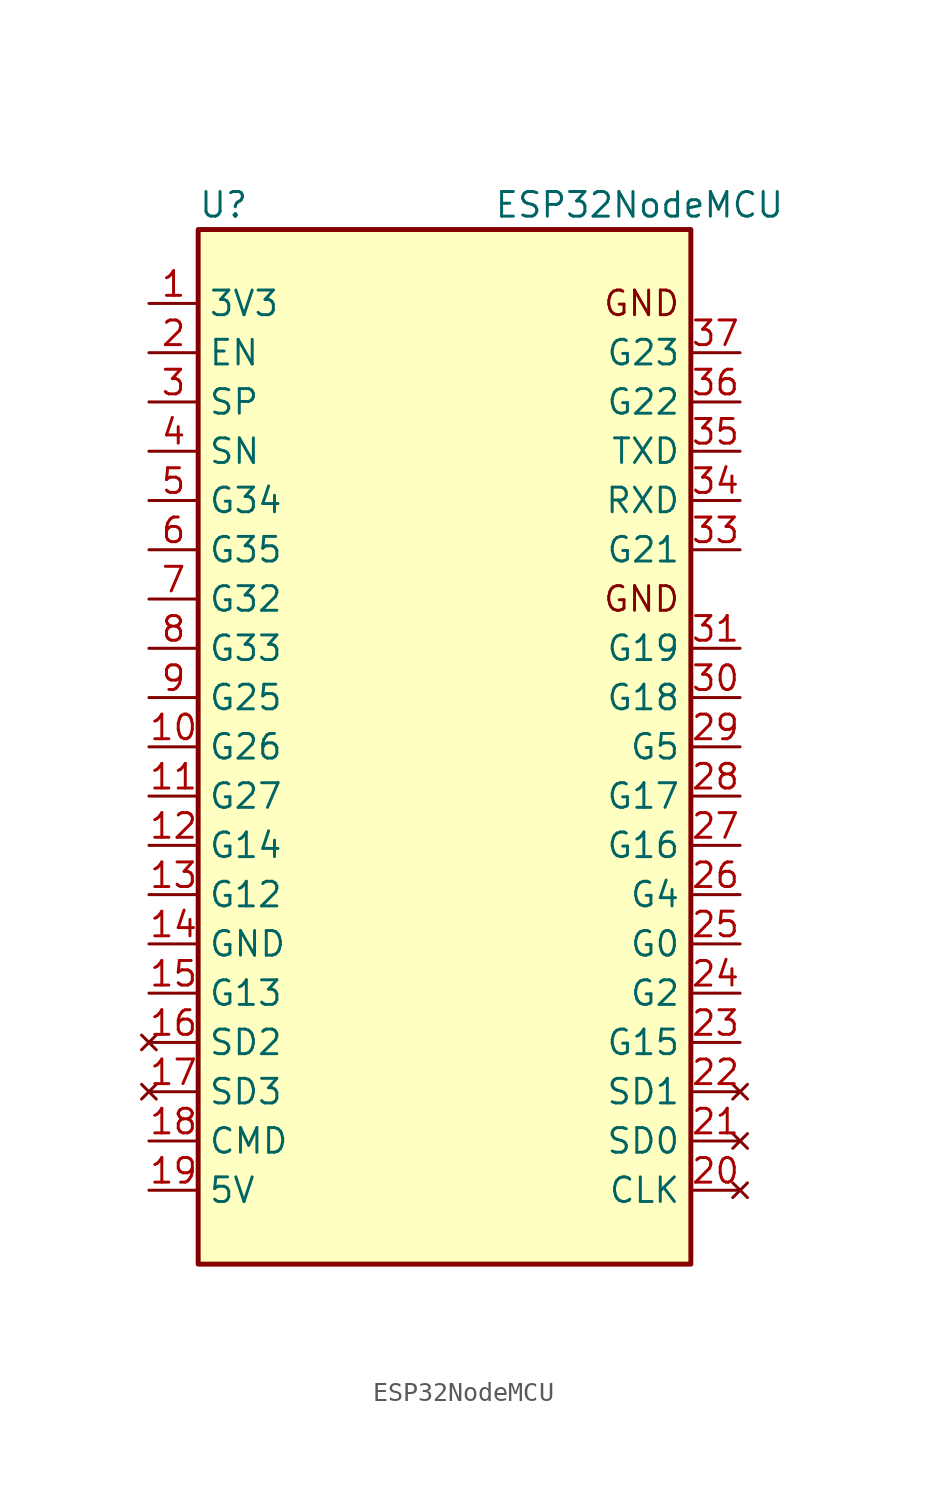
<source format=kicad_sym>
(kicad_symbol_lib
  (version 20211014)
  (generator kicad_symbol_editor)
  (symbol "ESP32NodeMCU"
    (property "Reference" "U"
      (at -11.43 27.94 0)
      (effects (font (size 1.27 1.27)) (justify left)))
    (property "Value" "ESP32NodeMCU"
      (at 3.81 27.94 0)
      (effects (font (size 1.27 1.27)) (justify left)))
    (symbol "ESP32NodeMCU_0_0"
      (text "GND" (at 11.43 7.62 0) (effects (font (size 1.27 1.27))))
      (text "GND" (at 11.43 22.86 0) (effects (font (size 1.27 1.27)))))
    (symbol "ESP32NodeMCU_0_1"
      (rectangle (start -11.43 26.67) (end 13.97 -26.67) (stroke (width 0.254) (type default) (color 0 0 0 0)) (fill (type background))))
    (symbol "ESP32NodeMCU_1_1"
      (pin power_in line (at -13.97 22.86 0) (length 2.54) (name "3V3" (effects (font (size 1.27 1.27)))) (number "1" (effects (font (size 1.27 1.27)))))
      (pin bidirectional line (at -13.97 0 0) (length 2.54) (name "G26" (effects (font (size 1.27 1.27)))) (number "10" (effects (font (size 1.27 1.27)))))
      (pin bidirectional line (at -13.97 -2.54 0) (length 2.54) (name "G27" (effects (font (size 1.27 1.27)))) (number "11" (effects (font (size 1.27 1.27)))))
      (pin bidirectional line (at -13.97 -5.08 0) (length 2.54) (name "G14" (effects (font (size 1.27 1.27)))) (number "12" (effects (font (size 1.27 1.27)))))
      (pin bidirectional line (at -13.97 -7.62 0) (length 2.54) (name "G12" (effects (font (size 1.27 1.27)))) (number "13" (effects (font (size 1.27 1.27)))))
      (pin power_in line (at -13.97 -10.16 0) (length 2.54) (name "GND" (effects (font (size 1.27 1.27)))) (number "14" (effects (font (size 1.27 1.27)))))
      (pin bidirectional line (at -13.97 -12.7 0) (length 2.54) (name "G13" (effects (font (size 1.27 1.27)))) (number "15" (effects (font (size 1.27 1.27)))))
      (pin no_connect line (at -13.97 -15.24 0) (length 2.54) (name "SD2" (effects (font (size 1.27 1.27)))) (number "16" (effects (font (size 1.27 1.27)))))
      (pin no_connect line (at -13.97 -17.78 0) (length 2.54) (name "SD3" (effects (font (size 1.27 1.27)))) (number "17" (effects (font (size 1.27 1.27)))))
      (pin input line (at -13.97 -20.32 0) (length 2.54) (name "CMD" (effects (font (size 1.27 1.27)))) (number "18" (effects (font (size 1.27 1.27)))))
      (pin power_in line (at -13.97 -22.86 0) (length 2.54) (name "5V" (effects (font (size 1.27 1.27)))) (number "19" (effects (font (size 1.27 1.27)))))
      (pin input line (at -13.97 20.32 0) (length 2.54) (name "EN" (effects (font (size 1.27 1.27)))) (number "2" (effects (font (size 1.27 1.27)))))
      (pin no_connect line (at 16.51 -22.86 180) (length 2.54) (name "CLK" (effects (font (size 1.27 1.27)))) (number "20" (effects (font (size 1.27 1.27)))))
      (pin no_connect line (at 16.51 -20.32 180) (length 2.54) (name "SD0" (effects (font (size 1.27 1.27)))) (number "21" (effects (font (size 1.27 1.27)))))
      (pin no_connect line (at 16.51 -17.78 180) (length 2.54) (name "SD1" (effects (font (size 1.27 1.27)))) (number "22" (effects (font (size 1.27 1.27)))))
      (pin bidirectional line (at 16.51 -15.24 180) (length 2.54) (name "G15" (effects (font (size 1.27 1.27)))) (number "23" (effects (font (size 1.27 1.27)))))
      (pin bidirectional line (at 16.51 -12.7 180) (length 2.54) (name "G2" (effects (font (size 1.27 1.27)))) (number "24" (effects (font (size 1.27 1.27)))))
      (pin bidirectional line (at 16.51 -10.16 180) (length 2.54) (name "G0" (effects (font (size 1.27 1.27)))) (number "25" (effects (font (size 1.27 1.27)))))
      (pin bidirectional line (at 16.51 -7.62 180) (length 2.54) (name "G4" (effects (font (size 1.27 1.27)))) (number "26" (effects (font (size 1.27 1.27)))))
      (pin bidirectional line (at 16.51 -5.08 180) (length 2.54) (name "G16" (effects (font (size 1.27 1.27)))) (number "27" (effects (font (size 1.27 1.27)))))
      (pin bidirectional line (at 16.51 -2.54 180) (length 2.54) (name "G17" (effects (font (size 1.27 1.27)))) (number "28" (effects (font (size 1.27 1.27)))))
      (pin bidirectional line (at 16.51 0 180) (length 2.54) (name "G5" (effects (font (size 1.27 1.27)))) (number "29" (effects (font (size 1.27 1.27)))))
      (pin bidirectional line (at -13.97 17.78 0) (length 2.54) (name "SP" (effects (font (size 1.27 1.27)))) (number "3" (effects (font (size 1.27 1.27)))))
      (pin bidirectional line (at 16.51 2.54 180) (length 2.54) (name "G18" (effects (font (size 1.27 1.27)))) (number "30" (effects (font (size 1.27 1.27)))))
      (pin bidirectional line (at 16.51 5.08 180) (length 2.54) (name "G19" (effects (font (size 1.27 1.27)))) (number "31" (effects (font (size 1.27 1.27)))))
      (pin passive line (at -13.97 -10.16 0) (length 2.54) hide (name "GND" (effects (font (size 1.27 1.27)))) (number "32" (effects (font (size 1.27 1.27)))))
      (pin bidirectional line (at 16.51 10.16 180) (length 2.54) (name "G21" (effects (font (size 1.27 1.27)))) (number "33" (effects (font (size 1.27 1.27)))))
      (pin bidirectional line (at 16.51 12.7 180) (length 2.54) (name "RXD" (effects (font (size 1.27 1.27)))) (number "34" (effects (font (size 1.27 1.27)))))
      (pin bidirectional line (at 16.51 15.24 180) (length 2.54) (name "TXD" (effects (font (size 1.27 1.27)))) (number "35" (effects (font (size 1.27 1.27)))))
      (pin bidirectional line (at 16.51 17.78 180) (length 2.54) (name "G22" (effects (font (size 1.27 1.27)))) (number "36" (effects (font (size 1.27 1.27)))))
      (pin bidirectional line (at 16.51 20.32 180) (length 2.54) (name "G23" (effects (font (size 1.27 1.27)))) (number "37" (effects (font (size 1.27 1.27)))))
      (pin passive line (at -13.97 -10.16 0) (length 2.54) hide (name "GND" (effects (font (size 1.27 1.27)))) (number "38" (effects (font (size 1.27 1.27)))))
      (pin bidirectional line (at -13.97 15.24 0) (length 2.54) (name "SN" (effects (font (size 1.27 1.27)))) (number "4" (effects (font (size 1.27 1.27)))))
      (pin input line (at -13.97 12.7 0) (length 2.54) (name "G34" (effects (font (size 1.27 1.27)))) (number "5" (effects (font (size 1.27 1.27)))))
      (pin input line (at -13.97 10.16 0) (length 2.54) (name "G35" (effects (font (size 1.27 1.27)))) (number "6" (effects (font (size 1.27 1.27)))))
      (pin bidirectional line (at -13.97 7.62 0) (length 2.54) (name "G32" (effects (font (size 1.27 1.27)))) (number "7" (effects (font (size 1.27 1.27)))))
      (pin bidirectional line (at -13.97 5.08 0) (length 2.54) (name "G33" (effects (font (size 1.27 1.27)))) (number "8" (effects (font (size 1.27 1.27)))))
      (pin bidirectional line (at -13.97 2.54 0) (length 2.54) (name "G25" (effects (font (size 1.27 1.27)))) (number "9" (effects (font (size 1.27 1.27))))))))
</source>
